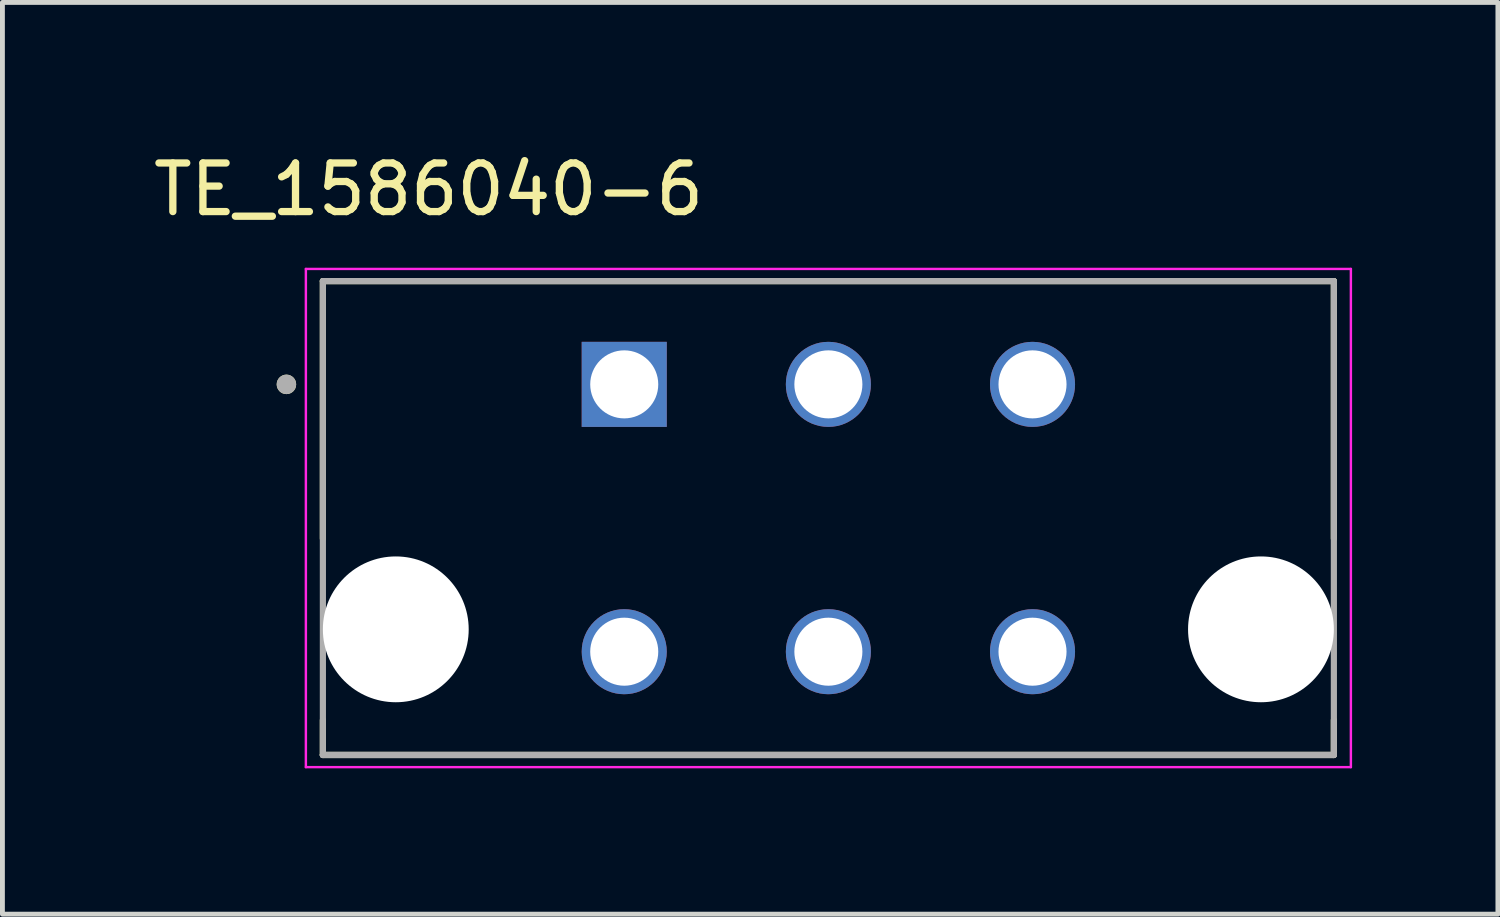
<source format=kicad_pcb>
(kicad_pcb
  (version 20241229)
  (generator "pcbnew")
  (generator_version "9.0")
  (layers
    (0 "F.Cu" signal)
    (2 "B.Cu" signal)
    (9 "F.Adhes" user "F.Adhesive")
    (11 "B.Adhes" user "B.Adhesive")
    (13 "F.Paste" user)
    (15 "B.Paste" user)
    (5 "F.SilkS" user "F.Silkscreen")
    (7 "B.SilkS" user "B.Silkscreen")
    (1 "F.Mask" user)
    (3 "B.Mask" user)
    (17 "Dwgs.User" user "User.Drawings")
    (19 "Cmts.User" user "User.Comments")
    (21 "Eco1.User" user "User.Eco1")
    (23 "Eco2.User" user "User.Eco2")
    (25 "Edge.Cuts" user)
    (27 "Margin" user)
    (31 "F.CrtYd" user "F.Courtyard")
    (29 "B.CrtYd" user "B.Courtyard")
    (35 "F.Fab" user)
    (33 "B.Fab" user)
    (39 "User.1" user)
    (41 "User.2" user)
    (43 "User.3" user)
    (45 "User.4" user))
  (footprint "TE_1586040-6"
    (layer "F.Cu")
    (at 9.793 4.858)
    (property "Reference" "TE_1586040-6" (at -4.025 -4.01 0) (layer "F.SilkS") (effects (font (size 1 1) (thickness 0.15))))
    (attr through_hole)
    (fp_line (start -6.2 -2.125) (end -6.2 3.173) (stroke (width 0.127) (type solid)) (layer "F.SilkS"))
    (fp_line (start -6.2 6.907) (end -6.2 7.625) (stroke (width 0.127) (type solid)) (layer "F.SilkS"))
    (fp_line (start 14.6 -2.125) (end -6.2 -2.125) (stroke (width 0.127) (type solid)) (layer "F.SilkS"))
    (fp_line (start 14.6 3.173) (end 14.6 -2.125) (stroke (width 0.127) (type solid)) (layer "F.SilkS"))
    (fp_line (start 14.6 7.625) (end -6.2 7.625) (stroke (width 0.127) (type solid)) (layer "F.SilkS"))
    (fp_line (start 14.6 7.625) (end 14.6 6.907) (stroke (width 0.127) (type solid)) (layer "F.SilkS"))
    (fp_circle (center -6.95 0) (end -6.85 0) (stroke (width 0.2) (type solid)) (fill no) (layer "F.SilkS"))
    (fp_line (start -6.55 -2.375) (end 14.95 -2.375) (stroke (width 0.05) (type solid)) (layer "F.CrtYd"))
    (fp_line (start -6.55 7.875) (end -6.55 -2.375) (stroke (width 0.05) (type solid)) (layer "F.CrtYd"))
    (fp_line (start 14.95 -2.375) (end 14.95 7.875) (stroke (width 0.05) (type solid)) (layer "F.CrtYd"))
    (fp_line (start 14.95 7.875) (end -6.55 7.875) (stroke (width 0.05) (type solid)) (layer "F.CrtYd"))
    (fp_line (start -6.2 -2.125) (end 14.6 -2.125) (stroke (width 0.127) (type solid)) (layer "F.Fab"))
    (fp_line (start -6.2 7.625) (end -6.2 -2.125) (stroke (width 0.127) (type solid)) (layer "F.Fab"))
    (fp_line (start -6.2 7.625) (end -6.2 7.625) (stroke (width 0.127) (type solid)) (layer "F.Fab"))
    (fp_line (start -6.2 7.625) (end 14.6 7.625) (stroke (width 0.127) (type solid)) (layer "F.Fab"))
    (fp_line (start 14.6 -2.125) (end 14.6 7.625) (stroke (width 0.127) (type solid)) (layer "F.Fab"))
    (fp_line (start 14.6 7.625) (end -6.2 7.625) (stroke (width 0.127) (type solid)) (layer "F.Fab"))
    (fp_line (start 14.6 7.625) (end 14.6 7.625) (stroke (width 0.127) (type solid)) (layer "F.Fab"))
    (fp_circle (center -6.95 0) (end -6.85 0) (stroke (width 0.2) (type solid)) (fill no) (layer "F.Fab"))
    (pad "" np_thru_hole circle (at -4.7 5.04) (size 3 3) (drill 3) (layers "*.Cu" "*.Mask"))
    (pad "" np_thru_hole circle (at 13.1 5.04) (size 3 3) (drill 3) (layers "*.Cu" "*.Mask"))
    (pad "1" thru_hole rect (at 0 0) (size 1.75 1.75) (drill 1.4) (layers "*.Cu" "*.Mask"))
    (pad "2" thru_hole circle (at 0 5.5) (size 1.75 1.75) (drill 1.4) (layers "*.Cu" "*.Mask"))
    (pad "3" thru_hole circle (at 4.2 0) (size 1.75 1.75) (drill 1.4) (layers "*.Cu" "*.Mask"))
    (pad "4" thru_hole circle (at 4.2 5.5) (size 1.75 1.75) (drill 1.4) (layers "*.Cu" "*.Mask"))
    (pad "5" thru_hole circle (at 8.4 0) (size 1.75 1.75) (drill 1.4) (layers "*.Cu" "*.Mask"))
    (pad "6" thru_hole circle (at 8.4 5.5) (size 1.75 1.75) (drill 1.4) (layers "*.Cu" "*.Mask")))
  (gr_rect
    (start -3 -3)
    (end 27.768 15.758)
    (stroke (width 0.1) (type default))
    (fill no)
    (layer "Edge.Cuts")))
</source>
